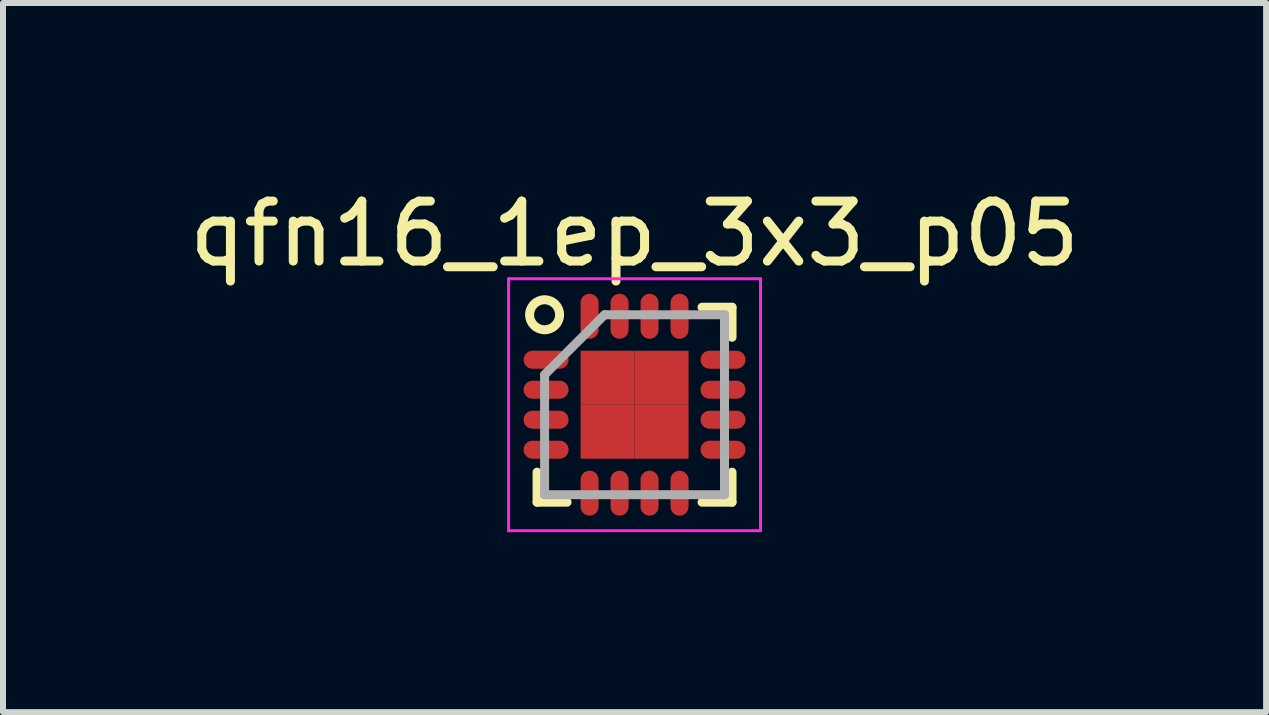
<source format=kicad_pcb>
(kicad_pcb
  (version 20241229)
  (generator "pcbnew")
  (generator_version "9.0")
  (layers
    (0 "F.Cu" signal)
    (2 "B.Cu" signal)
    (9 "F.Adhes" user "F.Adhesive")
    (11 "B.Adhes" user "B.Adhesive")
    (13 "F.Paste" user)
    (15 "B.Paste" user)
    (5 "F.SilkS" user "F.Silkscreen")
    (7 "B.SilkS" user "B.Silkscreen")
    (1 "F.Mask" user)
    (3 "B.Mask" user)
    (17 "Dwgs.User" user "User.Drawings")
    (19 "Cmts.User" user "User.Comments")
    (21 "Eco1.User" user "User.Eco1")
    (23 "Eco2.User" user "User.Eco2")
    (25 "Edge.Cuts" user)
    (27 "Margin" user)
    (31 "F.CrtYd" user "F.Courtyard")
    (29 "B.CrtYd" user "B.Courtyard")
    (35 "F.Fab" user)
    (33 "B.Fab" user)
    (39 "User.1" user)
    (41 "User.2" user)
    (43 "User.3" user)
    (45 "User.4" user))
  (footprint "qfn16_1ep_3x3_p05"
    (layer "F.Cu")
    (at 7.53 3.698)
    (property "Reference" "qfn16_1ep_3x3_p05" (at 0 -2.85 0) (layer "F.SilkS") (effects (font (size 1 1) (thickness 0.15))))
    (attr smd)
    (fp_line (start -1.625 1.625) (end -1.625 1.125) (stroke (width 0.15) (type solid)) (layer "F.SilkS"))
    (fp_line (start -1.625 1.625) (end -1.125 1.625) (stroke (width 0.15) (type solid)) (layer "F.SilkS"))
    (fp_line (start 1.625 -1.625) (end 1.125 -1.625) (stroke (width 0.15) (type solid)) (layer "F.SilkS"))
    (fp_line (start 1.625 -1.625) (end 1.625 -1.125) (stroke (width 0.15) (type solid)) (layer "F.SilkS"))
    (fp_line (start 1.625 1.625) (end 1.125 1.625) (stroke (width 0.15) (type solid)) (layer "F.SilkS"))
    (fp_line (start 1.625 1.625) (end 1.625 1.125) (stroke (width 0.15) (type solid)) (layer "F.SilkS"))
    (fp_circle (center -1.5 -1.5) (end -1.5 -1.25) (stroke (width 0.15) (type solid)) (fill no) (layer "F.SilkS"))
    (fp_line (start -2.1 -2.1) (end -2.1 2.1) (stroke (width 0.05) (type solid)) (layer "F.CrtYd"))
    (fp_line (start -2.1 -2.1) (end 2.1 -2.1) (stroke (width 0.05) (type solid)) (layer "F.CrtYd"))
    (fp_line (start -2.1 2.1) (end 2.1 2.1) (stroke (width 0.05) (type solid)) (layer "F.CrtYd"))
    (fp_line (start 2.1 -2.1) (end 2.1 2.1) (stroke (width 0.05) (type solid)) (layer "F.CrtYd"))
    (fp_line (start -1.5 -0.5) (end -0.5 -1.5) (stroke (width 0.15) (type solid)) (layer "F.Fab"))
    (fp_line (start -1.5 1.5) (end -1.5 -0.5) (stroke (width 0.15) (type solid)) (layer "F.Fab"))
    (fp_line (start -0.5 -1.5) (end 1.5 -1.5) (stroke (width 0.15) (type solid)) (layer "F.Fab"))
    (fp_line (start 1.5 -1.5) (end 1.5 1.5) (stroke (width 0.15) (type solid)) (layer "F.Fab"))
    (fp_line (start 1.5 1.5) (end -1.5 1.5) (stroke (width 0.15) (type solid)) (layer "F.Fab"))
    (pad "1" smd oval (at -1.475 -0.75) (size 0.75 0.3) (layers "F.Cu" "F.Mask" "F.Paste"))
    (pad "2" smd oval (at -1.475 -0.25) (size 0.75 0.3) (layers "F.Cu" "F.Mask" "F.Paste"))
    (pad "3" smd oval (at -1.475 0.25) (size 0.75 0.3) (layers "F.Cu" "F.Mask" "F.Paste"))
    (pad "4" smd oval (at -1.475 0.75) (size 0.75 0.3) (layers "F.Cu" "F.Mask" "F.Paste"))
    (pad "5" smd oval (at -0.75 1.475 90) (size 0.75 0.3) (layers "F.Cu" "F.Mask" "F.Paste"))
    (pad "6" smd oval (at -0.25 1.475 90) (size 0.75 0.3) (layers "F.Cu" "F.Mask" "F.Paste"))
    (pad "7" smd oval (at 0.25 1.475 90) (size 0.75 0.3) (layers "F.Cu" "F.Mask" "F.Paste"))
    (pad "8" smd oval (at 0.75 1.475 90) (size 0.75 0.3) (layers "F.Cu" "F.Mask" "F.Paste"))
    (pad "9" smd oval (at 1.475 0.75) (size 0.75 0.3) (layers "F.Cu" "F.Mask" "F.Paste"))
    (pad "10" smd oval (at 1.475 0.25) (size 0.75 0.3) (layers "F.Cu" "F.Mask" "F.Paste"))
    (pad "11" smd oval (at 1.475 -0.25) (size 0.75 0.3) (layers "F.Cu" "F.Mask" "F.Paste"))
    (pad "12" smd oval (at 1.475 -0.75) (size 0.75 0.3) (layers "F.Cu" "F.Mask" "F.Paste"))
    (pad "13" smd oval (at 0.75 -1.475 90) (size 0.75 0.3) (layers "F.Cu" "F.Mask" "F.Paste"))
    (pad "14" smd oval (at 0.25 -1.475 90) (size 0.75 0.3) (layers "F.Cu" "F.Mask" "F.Paste"))
    (pad "15" smd oval (at -0.25 -1.475 90) (size 0.75 0.3) (layers "F.Cu" "F.Mask" "F.Paste"))
    (pad "16" smd oval (at -0.75 -1.475 90) (size 0.75 0.3) (layers "F.Cu" "F.Mask" "F.Paste"))
    (pad "17" smd rect (at -0.45 -0.45) (size 0.9 0.9) (layers "F.Cu" "F.Mask" "F.Paste"))
    (pad "17" smd rect (at -0.45 0.45) (size 0.9 0.9) (layers "F.Cu" "F.Mask" "F.Paste"))
    (pad "17" smd rect (at 0.45 -0.45) (size 0.9 0.9) (layers "F.Cu" "F.Mask" "F.Paste"))
    (pad "17" smd rect (at 0.45 0.45) (size 0.9 0.9) (layers "F.Cu" "F.Mask" "F.Paste")))
  (gr_rect
    (start -3 -3)
    (end 18.06 8.823)
    (stroke (width 0.1) (type default))
    (fill no)
    (layer "Edge.Cuts")))
</source>
